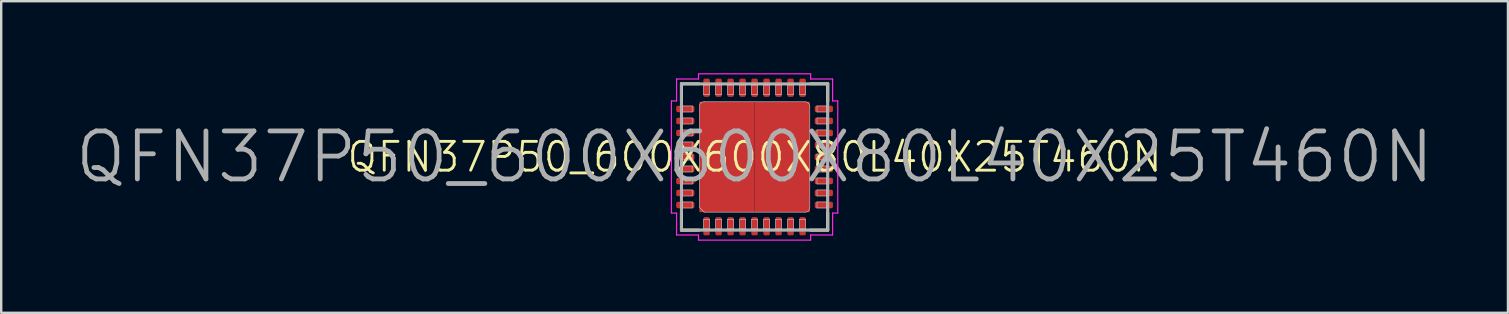
<source format=kicad_pcb>
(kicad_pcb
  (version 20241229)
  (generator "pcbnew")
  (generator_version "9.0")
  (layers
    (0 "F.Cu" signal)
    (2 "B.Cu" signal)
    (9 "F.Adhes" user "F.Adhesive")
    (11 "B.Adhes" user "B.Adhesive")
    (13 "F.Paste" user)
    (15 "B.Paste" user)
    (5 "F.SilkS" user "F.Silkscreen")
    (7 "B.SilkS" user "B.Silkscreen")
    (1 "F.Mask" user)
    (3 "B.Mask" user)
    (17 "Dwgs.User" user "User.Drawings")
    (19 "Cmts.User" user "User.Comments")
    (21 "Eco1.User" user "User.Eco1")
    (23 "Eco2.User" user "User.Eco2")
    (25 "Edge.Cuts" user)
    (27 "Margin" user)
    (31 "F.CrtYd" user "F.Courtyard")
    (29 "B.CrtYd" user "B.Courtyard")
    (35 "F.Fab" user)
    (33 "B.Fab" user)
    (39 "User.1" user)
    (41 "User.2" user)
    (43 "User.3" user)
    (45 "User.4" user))
  (footprint "QFN37P50_600X600X80L40X25T460N"
    (layer "F.Cu")
    (at 28.386 3.49)
    (property "Reference" "QFN37P50_600X600X80L40X25T460N" (at 0 0 0) (layer "F.SilkS") (effects (font (size 1.2 1.2) (thickness 0.12))))
    (attr smd)
    (fp_line (start -3.05 -3.05) (end -3.05 -2.32) (stroke (width 0.12) (type solid)) (layer "F.SilkS"))
    (fp_line (start -3.05 3.05) (end -3.05 2.32) (stroke (width 0.12) (type solid)) (layer "F.SilkS"))
    (fp_line (start -2.32 -3.05) (end -3.05 -3.05) (stroke (width 0.12) (type solid)) (layer "F.SilkS"))
    (fp_line (start -2.32 3.05) (end -3.05 3.05) (stroke (width 0.12) (type solid)) (layer "F.SilkS"))
    (fp_line (start 2.32 -3.05) (end 3.05 -3.05) (stroke (width 0.12) (type solid)) (layer "F.SilkS"))
    (fp_line (start 2.32 3.05) (end 3.05 3.05) (stroke (width 0.12) (type solid)) (layer "F.SilkS"))
    (fp_line (start 3.05 -3.05) (end 3.05 -2.32) (stroke (width 0.12) (type solid)) (layer "F.SilkS"))
    (fp_line (start 3.05 3.05) (end 3.05 2.32) (stroke (width 0.12) (type solid)) (layer "F.SilkS"))
    (fp_line (start -3 -3) (end 3 -3) (stroke (width 0.025) (type solid)) (layer "Dwgs.User"))
    (fp_line (start -3 -2.125) (end -2.6 -2.125) (stroke (width 0.025) (type solid)) (layer "Dwgs.User"))
    (fp_line (start -3 -1.875) (end -3 -2.125) (stroke (width 0.025) (type solid)) (layer "Dwgs.User"))
    (fp_line (start -3 -1.625) (end -2.6 -1.625) (stroke (width 0.025) (type solid)) (layer "Dwgs.User"))
    (fp_line (start -3 -1.375) (end -3 -1.625) (stroke (width 0.025) (type solid)) (layer "Dwgs.User"))
    (fp_line (start -3 -1.125) (end -2.6 -1.125) (stroke (width 0.025) (type solid)) (layer "Dwgs.User"))
    (fp_line (start -3 -0.875) (end -3 -1.125) (stroke (width 0.025) (type solid)) (layer "Dwgs.User"))
    (fp_line (start -3 -0.625) (end -2.6 -0.625) (stroke (width 0.025) (type solid)) (layer "Dwgs.User"))
    (fp_line (start -3 -0.375) (end -3 -0.625) (stroke (width 0.025) (type solid)) (layer "Dwgs.User"))
    (fp_line (start -3 -0.125) (end -2.6 -0.125) (stroke (width 0.025) (type solid)) (layer "Dwgs.User"))
    (fp_line (start -3 0.125) (end -3 -0.125) (stroke (width 0.025) (type solid)) (layer "Dwgs.User"))
    (fp_line (start -3 0.375) (end -2.6 0.375) (stroke (width 0.025) (type solid)) (layer "Dwgs.User"))
    (fp_line (start -3 0.625) (end -3 0.375) (stroke (width 0.025) (type solid)) (layer "Dwgs.User"))
    (fp_line (start -3 0.875) (end -2.6 0.875) (stroke (width 0.025) (type solid)) (layer "Dwgs.User"))
    (fp_line (start -3 1.125) (end -3 0.875) (stroke (width 0.025) (type solid)) (layer "Dwgs.User"))
    (fp_line (start -3 1.375) (end -2.6 1.375) (stroke (width 0.025) (type solid)) (layer "Dwgs.User"))
    (fp_line (start -3 1.625) (end -3 1.375) (stroke (width 0.025) (type solid)) (layer "Dwgs.User"))
    (fp_line (start -3 1.875) (end -2.6 1.875) (stroke (width 0.025) (type solid)) (layer "Dwgs.User"))
    (fp_line (start -3 2.125) (end -3 1.875) (stroke (width 0.025) (type solid)) (layer "Dwgs.User"))
    (fp_line (start -3 3) (end -3 -3) (stroke (width 0.025) (type solid)) (layer "Dwgs.User"))
    (fp_line (start -2.6 -2.125) (end -2.6 -1.875) (stroke (width 0.025) (type solid)) (layer "Dwgs.User"))
    (fp_line (start -2.6 -1.875) (end -3 -1.875) (stroke (width 0.025) (type solid)) (layer "Dwgs.User"))
    (fp_line (start -2.6 -1.625) (end -2.6 -1.375) (stroke (width 0.025) (type solid)) (layer "Dwgs.User"))
    (fp_line (start -2.6 -1.375) (end -3 -1.375) (stroke (width 0.025) (type solid)) (layer "Dwgs.User"))
    (fp_line (start -2.6 -1.125) (end -2.6 -0.875) (stroke (width 0.025) (type solid)) (layer "Dwgs.User"))
    (fp_line (start -2.6 -0.875) (end -3 -0.875) (stroke (width 0.025) (type solid)) (layer "Dwgs.User"))
    (fp_line (start -2.6 -0.625) (end -2.6 -0.375) (stroke (width 0.025) (type solid)) (layer "Dwgs.User"))
    (fp_line (start -2.6 -0.375) (end -3 -0.375) (stroke (width 0.025) (type solid)) (layer "Dwgs.User"))
    (fp_line (start -2.6 -0.125) (end -2.6 0.125) (stroke (width 0.025) (type solid)) (layer "Dwgs.User"))
    (fp_line (start -2.6 0.125) (end -3 0.125) (stroke (width 0.025) (type solid)) (layer "Dwgs.User"))
    (fp_line (start -2.6 0.375) (end -2.6 0.625) (stroke (width 0.025) (type solid)) (layer "Dwgs.User"))
    (fp_line (start -2.6 0.625) (end -3 0.625) (stroke (width 0.025) (type solid)) (layer "Dwgs.User"))
    (fp_line (start -2.6 0.875) (end -2.6 1.125) (stroke (width 0.025) (type solid)) (layer "Dwgs.User"))
    (fp_line (start -2.6 1.125) (end -3 1.125) (stroke (width 0.025) (type solid)) (layer "Dwgs.User"))
    (fp_line (start -2.6 1.375) (end -2.6 1.625) (stroke (width 0.025) (type solid)) (layer "Dwgs.User"))
    (fp_line (start -2.6 1.625) (end -3 1.625) (stroke (width 0.025) (type solid)) (layer "Dwgs.User"))
    (fp_line (start -2.6 1.875) (end -2.6 2.125) (stroke (width 0.025) (type solid)) (layer "Dwgs.User"))
    (fp_line (start -2.6 2.125) (end -3 2.125) (stroke (width 0.025) (type solid)) (layer "Dwgs.User"))
    (fp_line (start -2.3 -2.1) (end -2.3 2.1) (stroke (width 0.025) (type solid)) (layer "Dwgs.User"))
    (fp_line (start -2.3 2.1) (end -2.1 2.3) (stroke (width 0.025) (type solid)) (layer "Dwgs.User"))
    (fp_line (start -2.125 -3) (end -1.875 -3) (stroke (width 0.025) (type solid)) (layer "Dwgs.User"))
    (fp_line (start -2.125 -2.6) (end -2.125 -3) (stroke (width 0.025) (type solid)) (layer "Dwgs.User"))
    (fp_line (start -2.125 2.6) (end -1.875 2.6) (stroke (width 0.025) (type solid)) (layer "Dwgs.User"))
    (fp_line (start -2.125 3) (end -2.125 2.6) (stroke (width 0.025) (type solid)) (layer "Dwgs.User"))
    (fp_line (start -2.1 2.3) (end 2.1 2.3) (stroke (width 0.025) (type solid)) (layer "Dwgs.User"))
    (fp_line (start -1.875 -3) (end -1.875 -2.6) (stroke (width 0.025) (type solid)) (layer "Dwgs.User"))
    (fp_line (start -1.875 -2.6) (end -2.125 -2.6) (stroke (width 0.025) (type solid)) (layer "Dwgs.User"))
    (fp_line (start -1.875 2.6) (end -1.875 3) (stroke (width 0.025) (type solid)) (layer "Dwgs.User"))
    (fp_line (start -1.875 3) (end -2.125 3) (stroke (width 0.025) (type solid)) (layer "Dwgs.User"))
    (fp_line (start -1.625 -3) (end -1.375 -3) (stroke (width 0.025) (type solid)) (layer "Dwgs.User"))
    (fp_line (start -1.625 -2.6) (end -1.625 -3) (stroke (width 0.025) (type solid)) (layer "Dwgs.User"))
    (fp_line (start -1.625 2.6) (end -1.375 2.6) (stroke (width 0.025) (type solid)) (layer "Dwgs.User"))
    (fp_line (start -1.625 3) (end -1.625 2.6) (stroke (width 0.025) (type solid)) (layer "Dwgs.User"))
    (fp_line (start -1.375 -3) (end -1.375 -2.6) (stroke (width 0.025) (type solid)) (layer "Dwgs.User"))
    (fp_line (start -1.375 -2.6) (end -1.625 -2.6) (stroke (width 0.025) (type solid)) (layer "Dwgs.User"))
    (fp_line (start -1.375 2.6) (end -1.375 3) (stroke (width 0.025) (type solid)) (layer "Dwgs.User"))
    (fp_line (start -1.375 3) (end -1.625 3) (stroke (width 0.025) (type solid)) (layer "Dwgs.User"))
    (fp_line (start -1.125 -3) (end -0.875 -3) (stroke (width 0.025) (type solid)) (layer "Dwgs.User"))
    (fp_line (start -1.125 -2.6) (end -1.125 -3) (stroke (width 0.025) (type solid)) (layer "Dwgs.User"))
    (fp_line (start -1.125 2.6) (end -0.875 2.6) (stroke (width 0.025) (type solid)) (layer "Dwgs.User"))
    (fp_line (start -1.125 3) (end -1.125 2.6) (stroke (width 0.025) (type solid)) (layer "Dwgs.User"))
    (fp_line (start -0.875 -3) (end -0.875 -2.6) (stroke (width 0.025) (type solid)) (layer "Dwgs.User"))
    (fp_line (start -0.875 -2.6) (end -1.125 -2.6) (stroke (width 0.025) (type solid)) (layer "Dwgs.User"))
    (fp_line (start -0.875 2.6) (end -0.875 3) (stroke (width 0.025) (type solid)) (layer "Dwgs.User"))
    (fp_line (start -0.875 3) (end -1.125 3) (stroke (width 0.025) (type solid)) (layer "Dwgs.User"))
    (fp_line (start -0.625 -3) (end -0.375 -3) (stroke (width 0.025) (type solid)) (layer "Dwgs.User"))
    (fp_line (start -0.625 -2.6) (end -0.625 -3) (stroke (width 0.025) (type solid)) (layer "Dwgs.User"))
    (fp_line (start -0.625 2.6) (end -0.375 2.6) (stroke (width 0.025) (type solid)) (layer "Dwgs.User"))
    (fp_line (start -0.625 3) (end -0.625 2.6) (stroke (width 0.025) (type solid)) (layer "Dwgs.User"))
    (fp_line (start -0.375 -3) (end -0.375 -2.6) (stroke (width 0.025) (type solid)) (layer "Dwgs.User"))
    (fp_line (start -0.375 -2.6) (end -0.625 -2.6) (stroke (width 0.025) (type solid)) (layer "Dwgs.User"))
    (fp_line (start -0.375 2.6) (end -0.375 3) (stroke (width 0.025) (type solid)) (layer "Dwgs.User"))
    (fp_line (start -0.375 3) (end -0.625 3) (stroke (width 0.025) (type solid)) (layer "Dwgs.User"))
    (fp_line (start -0.125 -3) (end 0.125 -3) (stroke (width 0.025) (type solid)) (layer "Dwgs.User"))
    (fp_line (start -0.125 -2.6) (end -0.125 -3) (stroke (width 0.025) (type solid)) (layer "Dwgs.User"))
    (fp_line (start -0.125 2.6) (end 0.125 2.6) (stroke (width 0.025) (type solid)) (layer "Dwgs.User"))
    (fp_line (start -0.125 3) (end -0.125 2.6) (stroke (width 0.025) (type solid)) (layer "Dwgs.User"))
    (fp_line (start 0.125 -3) (end 0.125 -2.6) (stroke (width 0.025) (type solid)) (layer "Dwgs.User"))
    (fp_line (start 0.125 -2.6) (end -0.125 -2.6) (stroke (width 0.025) (type solid)) (layer "Dwgs.User"))
    (fp_line (start 0.125 2.6) (end 0.125 3) (stroke (width 0.025) (type solid)) (layer "Dwgs.User"))
    (fp_line (start 0.125 3) (end -0.125 3) (stroke (width 0.025) (type solid)) (layer "Dwgs.User"))
    (fp_line (start 0.375 -3) (end 0.625 -3) (stroke (width 0.025) (type solid)) (layer "Dwgs.User"))
    (fp_line (start 0.375 -2.6) (end 0.375 -3) (stroke (width 0.025) (type solid)) (layer "Dwgs.User"))
    (fp_line (start 0.375 2.6) (end 0.625 2.6) (stroke (width 0.025) (type solid)) (layer "Dwgs.User"))
    (fp_line (start 0.375 3) (end 0.375 2.6) (stroke (width 0.025) (type solid)) (layer "Dwgs.User"))
    (fp_line (start 0.625 -3) (end 0.625 -2.6) (stroke (width 0.025) (type solid)) (layer "Dwgs.User"))
    (fp_line (start 0.625 -2.6) (end 0.375 -2.6) (stroke (width 0.025) (type solid)) (layer "Dwgs.User"))
    (fp_line (start 0.625 2.6) (end 0.625 3) (stroke (width 0.025) (type solid)) (layer "Dwgs.User"))
    (fp_line (start 0.625 3) (end 0.375 3) (stroke (width 0.025) (type solid)) (layer "Dwgs.User"))
    (fp_line (start 0.875 -3) (end 1.125 -3) (stroke (width 0.025) (type solid)) (layer "Dwgs.User"))
    (fp_line (start 0.875 -2.6) (end 0.875 -3) (stroke (width 0.025) (type solid)) (layer "Dwgs.User"))
    (fp_line (start 0.875 2.6) (end 1.125 2.6) (stroke (width 0.025) (type solid)) (layer "Dwgs.User"))
    (fp_line (start 0.875 3) (end 0.875 2.6) (stroke (width 0.025) (type solid)) (layer "Dwgs.User"))
    (fp_line (start 1.125 -3) (end 1.125 -2.6) (stroke (width 0.025) (type solid)) (layer "Dwgs.User"))
    (fp_line (start 1.125 -2.6) (end 0.875 -2.6) (stroke (width 0.025) (type solid)) (layer "Dwgs.User"))
    (fp_line (start 1.125 2.6) (end 1.125 3) (stroke (width 0.025) (type solid)) (layer "Dwgs.User"))
    (fp_line (start 1.125 3) (end 0.875 3) (stroke (width 0.025) (type solid)) (layer "Dwgs.User"))
    (fp_line (start 1.375 -3) (end 1.625 -3) (stroke (width 0.025) (type solid)) (layer "Dwgs.User"))
    (fp_line (start 1.375 -2.6) (end 1.375 -3) (stroke (width 0.025) (type solid)) (layer "Dwgs.User"))
    (fp_line (start 1.375 2.6) (end 1.625 2.6) (stroke (width 0.025) (type solid)) (layer "Dwgs.User"))
    (fp_line (start 1.375 3) (end 1.375 2.6) (stroke (width 0.025) (type solid)) (layer "Dwgs.User"))
    (fp_line (start 1.625 -3) (end 1.625 -2.6) (stroke (width 0.025) (type solid)) (layer "Dwgs.User"))
    (fp_line (start 1.625 -2.6) (end 1.375 -2.6) (stroke (width 0.025) (type solid)) (layer "Dwgs.User"))
    (fp_line (start 1.625 2.6) (end 1.625 3) (stroke (width 0.025) (type solid)) (layer "Dwgs.User"))
    (fp_line (start 1.625 3) (end 1.375 3) (stroke (width 0.025) (type solid)) (layer "Dwgs.User"))
    (fp_line (start 1.875 -3) (end 2.125 -3) (stroke (width 0.025) (type solid)) (layer "Dwgs.User"))
    (fp_line (start 1.875 -2.6) (end 1.875 -3) (stroke (width 0.025) (type solid)) (layer "Dwgs.User"))
    (fp_line (start 1.875 2.6) (end 2.125 2.6) (stroke (width 0.025) (type solid)) (layer "Dwgs.User"))
    (fp_line (start 1.875 3) (end 1.875 2.6) (stroke (width 0.025) (type solid)) (layer "Dwgs.User"))
    (fp_line (start 2.1 -2.3) (end -2.1 -2.3) (stroke (width 0.025) (type solid)) (layer "Dwgs.User"))
    (fp_line (start 2.125 -3) (end 2.125 -2.6) (stroke (width 0.025) (type solid)) (layer "Dwgs.User"))
    (fp_line (start 2.125 -2.6) (end 1.875 -2.6) (stroke (width 0.025) (type solid)) (layer "Dwgs.User"))
    (fp_line (start 2.125 2.6) (end 2.125 3) (stroke (width 0.025) (type solid)) (layer "Dwgs.User"))
    (fp_line (start 2.125 3) (end 1.875 3) (stroke (width 0.025) (type solid)) (layer "Dwgs.User"))
    (fp_line (start 2.3 2.1) (end 2.3 -2.1) (stroke (width 0.025) (type solid)) (layer "Dwgs.User"))
    (fp_line (start 2.6 -2.125) (end 3 -2.125) (stroke (width 0.025) (type solid)) (layer "Dwgs.User"))
    (fp_line (start 2.6 -1.875) (end 2.6 -2.125) (stroke (width 0.025) (type solid)) (layer "Dwgs.User"))
    (fp_line (start 2.6 -1.625) (end 3 -1.625) (stroke (width 0.025) (type solid)) (layer "Dwgs.User"))
    (fp_line (start 2.6 -1.375) (end 2.6 -1.625) (stroke (width 0.025) (type solid)) (layer "Dwgs.User"))
    (fp_line (start 2.6 -1.125) (end 3 -1.125) (stroke (width 0.025) (type solid)) (layer "Dwgs.User"))
    (fp_line (start 2.6 -0.875) (end 2.6 -1.125) (stroke (width 0.025) (type solid)) (layer "Dwgs.User"))
    (fp_line (start 2.6 -0.625) (end 3 -0.625) (stroke (width 0.025) (type solid)) (layer "Dwgs.User"))
    (fp_line (start 2.6 -0.375) (end 2.6 -0.625) (stroke (width 0.025) (type solid)) (layer "Dwgs.User"))
    (fp_line (start 2.6 -0.125) (end 3 -0.125) (stroke (width 0.025) (type solid)) (layer "Dwgs.User"))
    (fp_line (start 2.6 0.125) (end 2.6 -0.125) (stroke (width 0.025) (type solid)) (layer "Dwgs.User"))
    (fp_line (start 2.6 0.375) (end 3 0.375) (stroke (width 0.025) (type solid)) (layer "Dwgs.User"))
    (fp_line (start 2.6 0.625) (end 2.6 0.375) (stroke (width 0.025) (type solid)) (layer "Dwgs.User"))
    (fp_line (start 2.6 0.875) (end 3 0.875) (stroke (width 0.025) (type solid)) (layer "Dwgs.User"))
    (fp_line (start 2.6 1.125) (end 2.6 0.875) (stroke (width 0.025) (type solid)) (layer "Dwgs.User"))
    (fp_line (start 2.6 1.375) (end 3 1.375) (stroke (width 0.025) (type solid)) (layer "Dwgs.User"))
    (fp_line (start 2.6 1.625) (end 2.6 1.375) (stroke (width 0.025) (type solid)) (layer "Dwgs.User"))
    (fp_line (start 2.6 1.875) (end 3 1.875) (stroke (width 0.025) (type solid)) (layer "Dwgs.User"))
    (fp_line (start 2.6 2.125) (end 2.6 1.875) (stroke (width 0.025) (type solid)) (layer "Dwgs.User"))
    (fp_line (start 3 -3) (end 3 3) (stroke (width 0.025) (type solid)) (layer "Dwgs.User"))
    (fp_line (start 3 -2.125) (end 3 -1.875) (stroke (width 0.025) (type solid)) (layer "Dwgs.User"))
    (fp_line (start 3 -1.875) (end 2.6 -1.875) (stroke (width 0.025) (type solid)) (layer "Dwgs.User"))
    (fp_line (start 3 -1.625) (end 3 -1.375) (stroke (width 0.025) (type solid)) (layer "Dwgs.User"))
    (fp_line (start 3 -1.375) (end 2.6 -1.375) (stroke (width 0.025) (type solid)) (layer "Dwgs.User"))
    (fp_line (start 3 -1.125) (end 3 -0.875) (stroke (width 0.025) (type solid)) (layer "Dwgs.User"))
    (fp_line (start 3 -0.875) (end 2.6 -0.875) (stroke (width 0.025) (type solid)) (layer "Dwgs.User"))
    (fp_line (start 3 -0.625) (end 3 -0.375) (stroke (width 0.025) (type solid)) (layer "Dwgs.User"))
    (fp_line (start 3 -0.375) (end 2.6 -0.375) (stroke (width 0.025) (type solid)) (layer "Dwgs.User"))
    (fp_line (start 3 -0.125) (end 3 0.125) (stroke (width 0.025) (type solid)) (layer "Dwgs.User"))
    (fp_line (start 3 0.125) (end 2.6 0.125) (stroke (width 0.025) (type solid)) (layer "Dwgs.User"))
    (fp_line (start 3 0.375) (end 3 0.625) (stroke (width 0.025) (type solid)) (layer "Dwgs.User"))
    (fp_line (start 3 0.625) (end 2.6 0.625) (stroke (width 0.025) (type solid)) (layer "Dwgs.User"))
    (fp_line (start 3 0.875) (end 3 1.125) (stroke (width 0.025) (type solid)) (layer "Dwgs.User"))
    (fp_line (start 3 1.125) (end 2.6 1.125) (stroke (width 0.025) (type solid)) (layer "Dwgs.User"))
    (fp_line (start 3 1.375) (end 3 1.625) (stroke (width 0.025) (type solid)) (layer "Dwgs.User"))
    (fp_line (start 3 1.625) (end 2.6 1.625) (stroke (width 0.025) (type solid)) (layer "Dwgs.User"))
    (fp_line (start 3 1.875) (end 3 2.125) (stroke (width 0.025) (type solid)) (layer "Dwgs.User"))
    (fp_line (start 3 2.125) (end 2.6 2.125) (stroke (width 0.025) (type solid)) (layer "Dwgs.User"))
    (fp_line (start 3 3) (end -3 3) (stroke (width 0.025) (type solid)) (layer "Dwgs.User"))
    (fp_arc (start -2.3 -2.1) (mid -2.241421 -2.241421) (end -2.1 -2.3) (stroke (width 0.025) (type solid)) (layer "Dwgs.User"))
    (fp_arc (start 2.1 -2.3) (mid 2.241421 -2.241421) (end 2.3 -2.1) (stroke (width 0.025) (type solid)) (layer "Dwgs.User"))
    (fp_arc (start 2.3 2.1) (mid 2.241421 2.241421) (end 2.1 2.3) (stroke (width 0.025) (type solid)) (layer "Dwgs.User"))
    (fp_line (start -3.465 -2.335) (end -3.465 2.335) (stroke (width 0.05) (type solid)) (layer "F.CrtYd"))
    (fp_line (start -3.465 2.335) (end -3.25 2.335) (stroke (width 0.05) (type solid)) (layer "F.CrtYd"))
    (fp_line (start -3.25 -3.25) (end -3.25 -2.335) (stroke (width 0.05) (type solid)) (layer "F.CrtYd"))
    (fp_line (start -3.25 -2.335) (end -3.465 -2.335) (stroke (width 0.05) (type solid)) (layer "F.CrtYd"))
    (fp_line (start -3.25 2.335) (end -3.25 3.25) (stroke (width 0.05) (type solid)) (layer "F.CrtYd"))
    (fp_line (start -3.25 3.25) (end -2.335 3.25) (stroke (width 0.05) (type solid)) (layer "F.CrtYd"))
    (fp_line (start -2.335 -3.465) (end -2.335 -3.25) (stroke (width 0.05) (type solid)) (layer "F.CrtYd"))
    (fp_line (start -2.335 -3.25) (end -3.25 -3.25) (stroke (width 0.05) (type solid)) (layer "F.CrtYd"))
    (fp_line (start -2.335 3.25) (end -2.335 3.465) (stroke (width 0.05) (type solid)) (layer "F.CrtYd"))
    (fp_line (start -2.335 3.465) (end 2.335 3.465) (stroke (width 0.05) (type solid)) (layer "F.CrtYd"))
    (fp_line (start 2.335 -3.465) (end -2.335 -3.465) (stroke (width 0.05) (type solid)) (layer "F.CrtYd"))
    (fp_line (start 2.335 -3.25) (end 2.335 -3.465) (stroke (width 0.05) (type solid)) (layer "F.CrtYd"))
    (fp_line (start 2.335 3.25) (end 3.25 3.25) (stroke (width 0.05) (type solid)) (layer "F.CrtYd"))
    (fp_line (start 2.335 3.465) (end 2.335 3.25) (stroke (width 0.05) (type solid)) (layer "F.CrtYd"))
    (fp_line (start 3.25 -3.25) (end 2.335 -3.25) (stroke (width 0.05) (type solid)) (layer "F.CrtYd"))
    (fp_line (start 3.25 -2.335) (end 3.25 -3.25) (stroke (width 0.05) (type solid)) (layer "F.CrtYd"))
    (fp_line (start 3.25 2.335) (end 3.465 2.335) (stroke (width 0.05) (type solid)) (layer "F.CrtYd"))
    (fp_line (start 3.25 3.25) (end 3.25 2.335) (stroke (width 0.05) (type solid)) (layer "F.CrtYd"))
    (fp_line (start 3.465 -2.335) (end 3.25 -2.335) (stroke (width 0.05) (type solid)) (layer "F.CrtYd"))
    (fp_line (start 3.465 2.335) (end 3.465 -2.335) (stroke (width 0.05) (type solid)) (layer "F.CrtYd"))
    (fp_line (start -3.05 -3.05) (end 3.05 -3.05) (stroke (width 0.12) (type solid)) (layer "F.Fab"))
    (fp_line (start -3.05 3.05) (end -3.05 -3.05) (stroke (width 0.12) (type solid)) (layer "F.Fab"))
    (fp_line (start 3.05 -3.05) (end 3.05 3.05) (stroke (width 0.12) (type solid)) (layer "F.Fab"))
    (fp_line (start 3.05 3.05) (end -3.05 3.05) (stroke (width 0.12) (type solid)) (layer "F.Fab"))
    (fp_text user "${REFERENCE}" (at 0 0 0) (layer "F.Fab") (effects (font (size 2 2) (thickness 0.2))))
    (pad "" smd roundrect (at -1.15 -1.15 90) (size 1.63 1.63) (layers "F.Paste") (roundrect_rratio 0.25))
    (pad "" smd roundrect (at -1.15 1.15 90) (size 1.63 1.63) (layers "F.Paste") (roundrect_rratio 0.25))
    (pad "" smd roundrect (at 1.15 -1.15 90) (size 1.63 1.63) (layers "F.Paste") (roundrect_rratio 0.25))
    (pad "" smd roundrect (at 1.15 1.15 90) (size 1.63 1.63) (layers "F.Paste") (roundrect_rratio 0.25))
    (pad "1" smd roundrect (at -2 2.885 90) (size 0.76 0.27) (layers "F.Cu" "F.Mask" "F.Paste") (roundrect_rratio 0.259))
    (pad "2" smd roundrect (at -1.5 2.885 90) (size 0.76 0.27) (layers "F.Cu" "F.Mask" "F.Paste") (roundrect_rratio 0.259))
    (pad "3" smd roundrect (at -1 2.885 90) (size 0.76 0.27) (layers "F.Cu" "F.Mask" "F.Paste") (roundrect_rratio 0.259))
    (pad "4" smd roundrect (at -0.5 2.885 90) (size 0.76 0.27) (layers "F.Cu" "F.Mask" "F.Paste") (roundrect_rratio 0.259))
    (pad "5" smd roundrect (at 0 2.885 90) (size 0.76 0.27) (layers "F.Cu" "F.Mask" "F.Paste") (roundrect_rratio 0.259))
    (pad "6" smd roundrect (at 0.5 2.885 90) (size 0.76 0.27) (layers "F.Cu" "F.Mask" "F.Paste") (roundrect_rratio 0.259))
    (pad "7" smd roundrect (at 1 2.885 90) (size 0.76 0.27) (layers "F.Cu" "F.Mask" "F.Paste") (roundrect_rratio 0.259))
    (pad "8" smd roundrect (at 1.5 2.885 90) (size 0.76 0.27) (layers "F.Cu" "F.Mask" "F.Paste") (roundrect_rratio 0.259))
    (pad "9" smd roundrect (at 2 2.885 90) (size 0.76 0.27) (layers "F.Cu" "F.Mask" "F.Paste") (roundrect_rratio 0.259))
    (pad "10" smd roundrect (at 2.885 2) (size 0.76 0.27) (layers "F.Cu" "F.Mask" "F.Paste") (roundrect_rratio 0.259))
    (pad "11" smd roundrect (at 2.885 1.5) (size 0.76 0.27) (layers "F.Cu" "F.Mask" "F.Paste") (roundrect_rratio 0.259))
    (pad "12" smd roundrect (at 2.885 1) (size 0.76 0.27) (layers "F.Cu" "F.Mask" "F.Paste") (roundrect_rratio 0.259))
    (pad "13" smd roundrect (at 2.885 0.5) (size 0.76 0.27) (layers "F.Cu" "F.Mask" "F.Paste") (roundrect_rratio 0.259))
    (pad "14" smd roundrect (at 2.885 0) (size 0.76 0.27) (layers "F.Cu" "F.Mask" "F.Paste") (roundrect_rratio 0.259))
    (pad "15" smd roundrect (at 2.885 -0.5) (size 0.76 0.27) (layers "F.Cu" "F.Mask" "F.Paste") (roundrect_rratio 0.259))
    (pad "16" smd roundrect (at 2.885 -1) (size 0.76 0.27) (layers "F.Cu" "F.Mask" "F.Paste") (roundrect_rratio 0.259))
    (pad "17" smd roundrect (at 2.885 -1.5) (size 0.76 0.27) (layers "F.Cu" "F.Mask" "F.Paste") (roundrect_rratio 0.259))
    (pad "18" smd roundrect (at 2.885 -2) (size 0.76 0.27) (layers "F.Cu" "F.Mask" "F.Paste") (roundrect_rratio 0.259))
    (pad "19" smd roundrect (at 2 -2.885 90) (size 0.76 0.27) (layers "F.Cu" "F.Mask" "F.Paste") (roundrect_rratio 0.259))
    (pad "20" smd roundrect (at 1.5 -2.885 90) (size 0.76 0.27) (layers "F.Cu" "F.Mask" "F.Paste") (roundrect_rratio 0.259))
    (pad "21" smd roundrect (at 1 -2.885 90) (size 0.76 0.27) (layers "F.Cu" "F.Mask" "F.Paste") (roundrect_rratio 0.259))
    (pad "22" smd roundrect (at 0.5 -2.885 90) (size 0.76 0.27) (layers "F.Cu" "F.Mask" "F.Paste") (roundrect_rratio 0.259))
    (pad "23" smd roundrect (at 0 -2.885 90) (size 0.76 0.27) (layers "F.Cu" "F.Mask" "F.Paste") (roundrect_rratio 0.259))
    (pad "24" smd roundrect (at -0.5 -2.885 90) (size 0.76 0.27) (layers "F.Cu" "F.Mask" "F.Paste") (roundrect_rratio 0.259))
    (pad "25" smd roundrect (at -1 -2.885 90) (size 0.76 0.27) (layers "F.Cu" "F.Mask" "F.Paste") (roundrect_rratio 0.259))
    (pad "26" smd roundrect (at -1.5 -2.885 90) (size 0.76 0.27) (layers "F.Cu" "F.Mask" "F.Paste") (roundrect_rratio 0.259))
    (pad "27" smd roundrect (at -2 -2.885 90) (size 0.76 0.27) (layers "F.Cu" "F.Mask" "F.Paste") (roundrect_rratio 0.259))
    (pad "28" smd roundrect (at -2.885 -2) (size 0.76 0.27) (layers "F.Cu" "F.Mask" "F.Paste") (roundrect_rratio 0.259))
    (pad "29" smd roundrect (at -2.885 -1.5) (size 0.76 0.27) (layers "F.Cu" "F.Mask" "F.Paste") (roundrect_rratio 0.259))
    (pad "30" smd roundrect (at -2.885 -1) (size 0.76 0.27) (layers "F.Cu" "F.Mask" "F.Paste") (roundrect_rratio 0.259))
    (pad "31" smd roundrect (at -2.885 -0.5) (size 0.76 0.27) (layers "F.Cu" "F.Mask" "F.Paste") (roundrect_rratio 0.259))
    (pad "32" smd roundrect (at -2.885 0) (size 0.76 0.27) (layers "F.Cu" "F.Mask" "F.Paste") (roundrect_rratio 0.259))
    (pad "33" smd roundrect (at -2.885 0.5) (size 0.76 0.27) (layers "F.Cu" "F.Mask" "F.Paste") (roundrect_rratio 0.259))
    (pad "34" smd roundrect (at -2.885 1) (size 0.76 0.27) (layers "F.Cu" "F.Mask" "F.Paste") (roundrect_rratio 0.259))
    (pad "35" smd roundrect (at -2.885 1.5) (size 0.76 0.27) (layers "F.Cu" "F.Mask" "F.Paste") (roundrect_rratio 0.259))
    (pad "36" smd roundrect (at -2.885 2) (size 0.76 0.27) (layers "F.Cu" "F.Mask" "F.Paste") (roundrect_rratio 0.259))
    (pad "37" smd rect (at -1.15 -1.15) (size 2.3 2.3) (layers "F.Cu" "F.Mask" "F.Paste"))
    (pad "37" smd rect (at -1.15 1.15) (size 2.3 2.3) (layers "F.Cu" "F.Mask" "F.Paste"))
    (pad "37" smd rect (at 1.15 -1.15) (size 2.3 2.3) (layers "F.Cu" "F.Mask" "F.Paste"))
    (pad "37" smd rect (at 1.15 1.15) (size 2.3 2.3) (layers "F.Cu" "F.Mask" "F.Paste")))
  (gr_rect
    (start -3 -3)
    (end 59.771 9.98)
    (stroke (width 0.1) (type default))
    (fill no)
    (layer "Edge.Cuts")))
</source>
